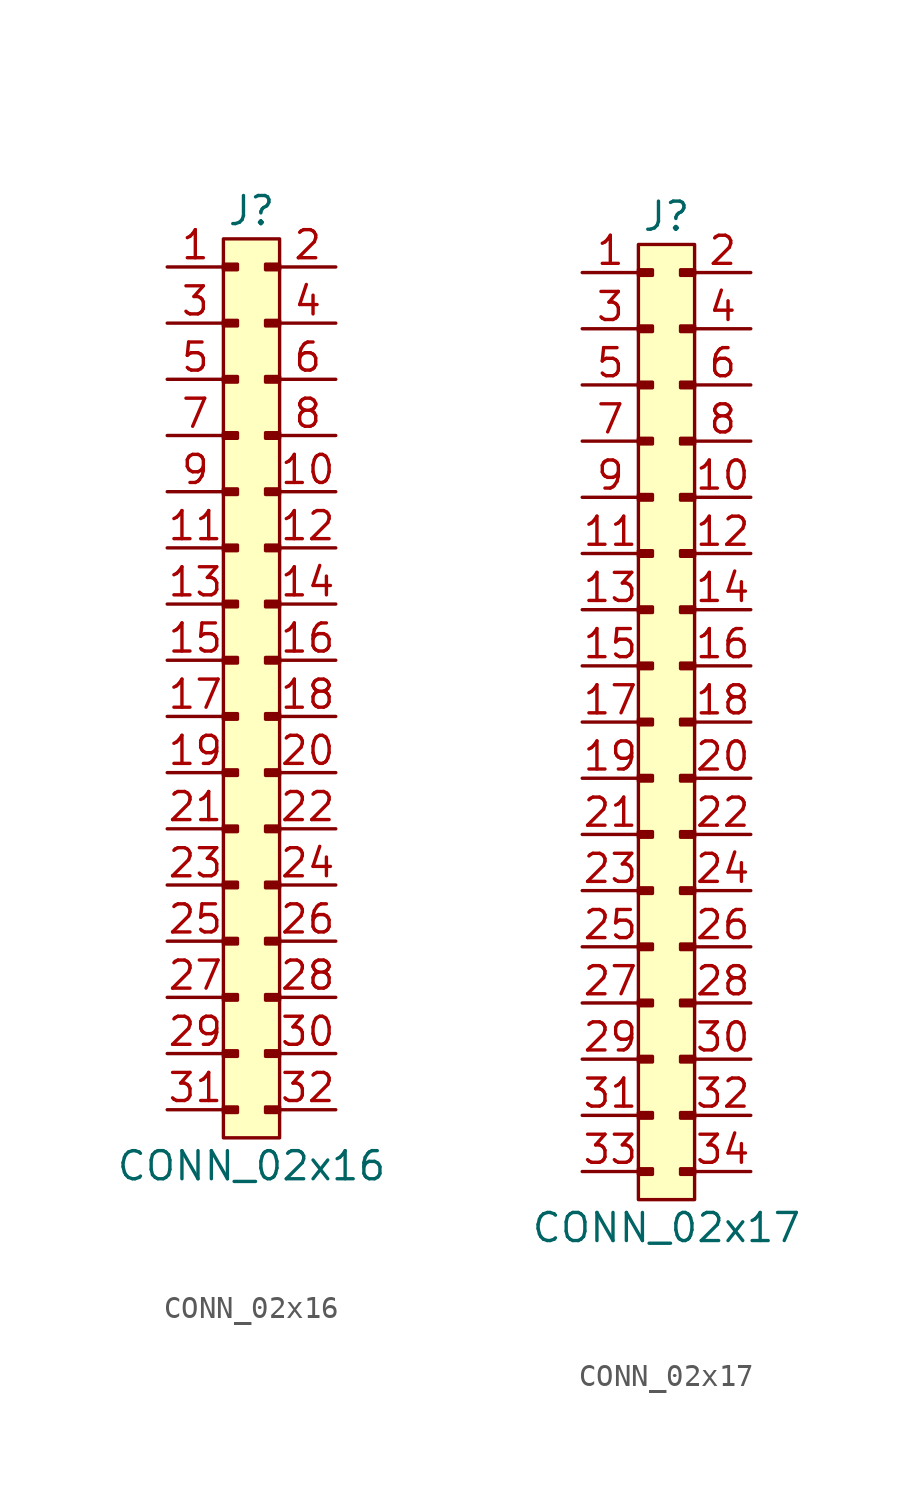
<source format=kicad_sym>
(kicad_symbol_lib
  (version 20211014)
  (generator agg_kicad.build_lib_connector)
  (symbol "CONN_02x16"
    (pin_names hide)
    (property Reference J
      (at -1.27 2.54 0)
      (effects (font (size 1.27 1.27))))
    (property Value "CONN_02x16"
      (at -1.27 -40.64 0)
      (effects (font (size 1.27 1.27))))
    (rectangle
      (start 0 -39.37)
      (end -2.54 1.27)
      (stroke (width 0) (type default) (color 0 0 0 0))
      (fill (type background)))
    (rectangle
      (start 0 0.127)
      (end -0.635 -0.127)
      (stroke (width 0) (type default) (color 0 0 0 0))
      (fill (type outline)))
    (rectangle
      (start -2.54 0.127)
      (end -1.905 -0.127)
      (stroke (width 0) (type default) (color 0 0 0 0))
      (fill (type outline)))
    (rectangle
      (start 0 -2.413)
      (end -0.635 -2.667)
      (stroke (width 0) (type default) (color 0 0 0 0))
      (fill (type outline)))
    (rectangle
      (start -2.54 -2.413)
      (end -1.905 -2.667)
      (stroke (width 0) (type default) (color 0 0 0 0))
      (fill (type outline)))
    (rectangle
      (start 0 -4.953)
      (end -0.635 -5.207)
      (stroke (width 0) (type default) (color 0 0 0 0))
      (fill (type outline)))
    (rectangle
      (start -2.54 -4.953)
      (end -1.905 -5.207)
      (stroke (width 0) (type default) (color 0 0 0 0))
      (fill (type outline)))
    (rectangle
      (start 0 -7.493)
      (end -0.635 -7.747)
      (stroke (width 0) (type default) (color 0 0 0 0))
      (fill (type outline)))
    (rectangle
      (start -2.54 -7.493)
      (end -1.905 -7.747)
      (stroke (width 0) (type default) (color 0 0 0 0))
      (fill (type outline)))
    (rectangle
      (start 0 -10.033)
      (end -0.635 -10.287)
      (stroke (width 0) (type default) (color 0 0 0 0))
      (fill (type outline)))
    (rectangle
      (start -2.54 -10.033)
      (end -1.905 -10.287)
      (stroke (width 0) (type default) (color 0 0 0 0))
      (fill (type outline)))
    (rectangle
      (start 0 -12.573)
      (end -0.635 -12.827)
      (stroke (width 0) (type default) (color 0 0 0 0))
      (fill (type outline)))
    (rectangle
      (start -2.54 -12.573)
      (end -1.905 -12.827)
      (stroke (width 0) (type default) (color 0 0 0 0))
      (fill (type outline)))
    (rectangle
      (start 0 -15.113)
      (end -0.635 -15.367)
      (stroke (width 0) (type default) (color 0 0 0 0))
      (fill (type outline)))
    (rectangle
      (start -2.54 -15.113)
      (end -1.905 -15.367)
      (stroke (width 0) (type default) (color 0 0 0 0))
      (fill (type outline)))
    (rectangle
      (start 0 -17.653)
      (end -0.635 -17.907)
      (stroke (width 0) (type default) (color 0 0 0 0))
      (fill (type outline)))
    (rectangle
      (start -2.54 -17.653)
      (end -1.905 -17.907)
      (stroke (width 0) (type default) (color 0 0 0 0))
      (fill (type outline)))
    (rectangle
      (start 0 -20.193)
      (end -0.635 -20.447)
      (stroke (width 0) (type default) (color 0 0 0 0))
      (fill (type outline)))
    (rectangle
      (start -2.54 -20.193)
      (end -1.905 -20.447)
      (stroke (width 0) (type default) (color 0 0 0 0))
      (fill (type outline)))
    (rectangle
      (start 0 -22.733)
      (end -0.635 -22.987)
      (stroke (width 0) (type default) (color 0 0 0 0))
      (fill (type outline)))
    (rectangle
      (start -2.54 -22.733)
      (end -1.905 -22.987)
      (stroke (width 0) (type default) (color 0 0 0 0))
      (fill (type outline)))
    (rectangle
      (start 0 -25.273)
      (end -0.635 -25.527)
      (stroke (width 0) (type default) (color 0 0 0 0))
      (fill (type outline)))
    (rectangle
      (start -2.54 -25.273)
      (end -1.905 -25.527)
      (stroke (width 0) (type default) (color 0 0 0 0))
      (fill (type outline)))
    (rectangle
      (start 0 -27.813)
      (end -0.635 -28.067)
      (stroke (width 0) (type default) (color 0 0 0 0))
      (fill (type outline)))
    (rectangle
      (start -2.54 -27.813)
      (end -1.905 -28.067)
      (stroke (width 0) (type default) (color 0 0 0 0))
      (fill (type outline)))
    (rectangle
      (start 0 -30.353)
      (end -0.635 -30.607)
      (stroke (width 0) (type default) (color 0 0 0 0))
      (fill (type outline)))
    (rectangle
      (start -2.54 -30.353)
      (end -1.905 -30.607)
      (stroke (width 0) (type default) (color 0 0 0 0))
      (fill (type outline)))
    (rectangle
      (start 0 -32.893)
      (end -0.635 -33.147)
      (stroke (width 0) (type default) (color 0 0 0 0))
      (fill (type outline)))
    (rectangle
      (start -2.54 -32.893)
      (end -1.905 -33.147)
      (stroke (width 0) (type default) (color 0 0 0 0))
      (fill (type outline)))
    (rectangle
      (start 0 -35.433)
      (end -0.635 -35.687)
      (stroke (width 0) (type default) (color 0 0 0 0))
      (fill (type outline)))
    (rectangle
      (start -2.54 -35.433)
      (end -1.905 -35.687)
      (stroke (width 0) (type default) (color 0 0 0 0))
      (fill (type outline)))
    (rectangle
      (start 0 -37.973)
      (end -0.635 -38.227)
      (stroke (width 0) (type default) (color 0 0 0 0))
      (fill (type outline)))
    (rectangle
      (start -2.54 -37.973)
      (end -1.905 -38.227)
      (stroke (width 0) (type default) (color 0 0 0 0))
      (fill (type outline)))
    (pin passive line
      (at 2.54 0 180)
      (length 2.54)
      (name "2" (effects (font (size 1.27 1.27))))
      (number "2" (effects (font (size 1.27 1.27)))))
    (pin passive line
      (at -5.08 0 0)
      (length 2.54)
      (name "1" (effects (font (size 1.27 1.27))))
      (number "1" (effects (font (size 1.27 1.27)))))
    (pin passive line
      (at 2.54 -2.54 180)
      (length 2.54)
      (name "4" (effects (font (size 1.27 1.27))))
      (number "4" (effects (font (size 1.27 1.27)))))
    (pin passive line
      (at -5.08 -2.54 0)
      (length 2.54)
      (name "3" (effects (font (size 1.27 1.27))))
      (number "3" (effects (font (size 1.27 1.27)))))
    (pin passive line
      (at 2.54 -5.08 180)
      (length 2.54)
      (name "6" (effects (font (size 1.27 1.27))))
      (number "6" (effects (font (size 1.27 1.27)))))
    (pin passive line
      (at -5.08 -5.08 0)
      (length 2.54)
      (name "5" (effects (font (size 1.27 1.27))))
      (number "5" (effects (font (size 1.27 1.27)))))
    (pin passive line
      (at 2.54 -7.62 180)
      (length 2.54)
      (name "8" (effects (font (size 1.27 1.27))))
      (number "8" (effects (font (size 1.27 1.27)))))
    (pin passive line
      (at -5.08 -7.62 0)
      (length 2.54)
      (name "7" (effects (font (size 1.27 1.27))))
      (number "7" (effects (font (size 1.27 1.27)))))
    (pin passive line
      (at 2.54 -10.16 180)
      (length 2.54)
      (name "10" (effects (font (size 1.27 1.27))))
      (number "10" (effects (font (size 1.27 1.27)))))
    (pin passive line
      (at -5.08 -10.16 0)
      (length 2.54)
      (name "9" (effects (font (size 1.27 1.27))))
      (number "9" (effects (font (size 1.27 1.27)))))
    (pin passive line
      (at 2.54 -12.7 180)
      (length 2.54)
      (name "12" (effects (font (size 1.27 1.27))))
      (number "12" (effects (font (size 1.27 1.27)))))
    (pin passive line
      (at -5.08 -12.7 0)
      (length 2.54)
      (name "11" (effects (font (size 1.27 1.27))))
      (number "11" (effects (font (size 1.27 1.27)))))
    (pin passive line
      (at 2.54 -15.24 180)
      (length 2.54)
      (name "14" (effects (font (size 1.27 1.27))))
      (number "14" (effects (font (size 1.27 1.27)))))
    (pin passive line
      (at -5.08 -15.24 0)
      (length 2.54)
      (name "13" (effects (font (size 1.27 1.27))))
      (number "13" (effects (font (size 1.27 1.27)))))
    (pin passive line
      (at 2.54 -17.78 180)
      (length 2.54)
      (name "16" (effects (font (size 1.27 1.27))))
      (number "16" (effects (font (size 1.27 1.27)))))
    (pin passive line
      (at -5.08 -17.78 0)
      (length 2.54)
      (name "15" (effects (font (size 1.27 1.27))))
      (number "15" (effects (font (size 1.27 1.27)))))
    (pin passive line
      (at 2.54 -20.32 180)
      (length 2.54)
      (name "18" (effects (font (size 1.27 1.27))))
      (number "18" (effects (font (size 1.27 1.27)))))
    (pin passive line
      (at -5.08 -20.32 0)
      (length 2.54)
      (name "17" (effects (font (size 1.27 1.27))))
      (number "17" (effects (font (size 1.27 1.27)))))
    (pin passive line
      (at 2.54 -22.86 180)
      (length 2.54)
      (name "20" (effects (font (size 1.27 1.27))))
      (number "20" (effects (font (size 1.27 1.27)))))
    (pin passive line
      (at -5.08 -22.86 0)
      (length 2.54)
      (name "19" (effects (font (size 1.27 1.27))))
      (number "19" (effects (font (size 1.27 1.27)))))
    (pin passive line
      (at 2.54 -25.4 180)
      (length 2.54)
      (name "22" (effects (font (size 1.27 1.27))))
      (number "22" (effects (font (size 1.27 1.27)))))
    (pin passive line
      (at -5.08 -25.4 0)
      (length 2.54)
      (name "21" (effects (font (size 1.27 1.27))))
      (number "21" (effects (font (size 1.27 1.27)))))
    (pin passive line
      (at 2.54 -27.94 180)
      (length 2.54)
      (name "24" (effects (font (size 1.27 1.27))))
      (number "24" (effects (font (size 1.27 1.27)))))
    (pin passive line
      (at -5.08 -27.94 0)
      (length 2.54)
      (name "23" (effects (font (size 1.27 1.27))))
      (number "23" (effects (font (size 1.27 1.27)))))
    (pin passive line
      (at 2.54 -30.48 180)
      (length 2.54)
      (name "26" (effects (font (size 1.27 1.27))))
      (number "26" (effects (font (size 1.27 1.27)))))
    (pin passive line
      (at -5.08 -30.48 0)
      (length 2.54)
      (name "25" (effects (font (size 1.27 1.27))))
      (number "25" (effects (font (size 1.27 1.27)))))
    (pin passive line
      (at 2.54 -33.02 180)
      (length 2.54)
      (name "28" (effects (font (size 1.27 1.27))))
      (number "28" (effects (font (size 1.27 1.27)))))
    (pin passive line
      (at -5.08 -33.02 0)
      (length 2.54)
      (name "27" (effects (font (size 1.27 1.27))))
      (number "27" (effects (font (size 1.27 1.27)))))
    (pin passive line
      (at 2.54 -35.56 180)
      (length 2.54)
      (name "30" (effects (font (size 1.27 1.27))))
      (number "30" (effects (font (size 1.27 1.27)))))
    (pin passive line
      (at -5.08 -35.56 0)
      (length 2.54)
      (name "29" (effects (font (size 1.27 1.27))))
      (number "29" (effects (font (size 1.27 1.27)))))
    (pin passive line
      (at 2.54 -38.1 180)
      (length 2.54)
      (name "32" (effects (font (size 1.27 1.27))))
      (number "32" (effects (font (size 1.27 1.27)))))
    (pin passive line
      (at -5.08 -38.1 0)
      (length 2.54)
      (name "31" (effects (font (size 1.27 1.27))))
      (number "31" (effects (font (size 1.27 1.27))))))
  (symbol "CONN_02x17"
    (pin_names hide)
    (property Reference J
      (at -1.27 2.54 0)
      (effects (font (size 1.27 1.27))))
    (property Value "CONN_02x17"
      (at -1.27 -43.18 0)
      (effects (font (size 1.27 1.27))))
    (rectangle
      (start 0 -41.91)
      (end -2.54 1.27)
      (stroke (width 0) (type default) (color 0 0 0 0))
      (fill (type background)))
    (rectangle
      (start 0 0.127)
      (end -0.635 -0.127)
      (stroke (width 0) (type default) (color 0 0 0 0))
      (fill (type outline)))
    (rectangle
      (start -2.54 0.127)
      (end -1.905 -0.127)
      (stroke (width 0) (type default) (color 0 0 0 0))
      (fill (type outline)))
    (rectangle
      (start 0 -2.413)
      (end -0.635 -2.667)
      (stroke (width 0) (type default) (color 0 0 0 0))
      (fill (type outline)))
    (rectangle
      (start -2.54 -2.413)
      (end -1.905 -2.667)
      (stroke (width 0) (type default) (color 0 0 0 0))
      (fill (type outline)))
    (rectangle
      (start 0 -4.953)
      (end -0.635 -5.207)
      (stroke (width 0) (type default) (color 0 0 0 0))
      (fill (type outline)))
    (rectangle
      (start -2.54 -4.953)
      (end -1.905 -5.207)
      (stroke (width 0) (type default) (color 0 0 0 0))
      (fill (type outline)))
    (rectangle
      (start 0 -7.493)
      (end -0.635 -7.747)
      (stroke (width 0) (type default) (color 0 0 0 0))
      (fill (type outline)))
    (rectangle
      (start -2.54 -7.493)
      (end -1.905 -7.747)
      (stroke (width 0) (type default) (color 0 0 0 0))
      (fill (type outline)))
    (rectangle
      (start 0 -10.033)
      (end -0.635 -10.287)
      (stroke (width 0) (type default) (color 0 0 0 0))
      (fill (type outline)))
    (rectangle
      (start -2.54 -10.033)
      (end -1.905 -10.287)
      (stroke (width 0) (type default) (color 0 0 0 0))
      (fill (type outline)))
    (rectangle
      (start 0 -12.573)
      (end -0.635 -12.827)
      (stroke (width 0) (type default) (color 0 0 0 0))
      (fill (type outline)))
    (rectangle
      (start -2.54 -12.573)
      (end -1.905 -12.827)
      (stroke (width 0) (type default) (color 0 0 0 0))
      (fill (type outline)))
    (rectangle
      (start 0 -15.113)
      (end -0.635 -15.367)
      (stroke (width 0) (type default) (color 0 0 0 0))
      (fill (type outline)))
    (rectangle
      (start -2.54 -15.113)
      (end -1.905 -15.367)
      (stroke (width 0) (type default) (color 0 0 0 0))
      (fill (type outline)))
    (rectangle
      (start 0 -17.653)
      (end -0.635 -17.907)
      (stroke (width 0) (type default) (color 0 0 0 0))
      (fill (type outline)))
    (rectangle
      (start -2.54 -17.653)
      (end -1.905 -17.907)
      (stroke (width 0) (type default) (color 0 0 0 0))
      (fill (type outline)))
    (rectangle
      (start 0 -20.193)
      (end -0.635 -20.447)
      (stroke (width 0) (type default) (color 0 0 0 0))
      (fill (type outline)))
    (rectangle
      (start -2.54 -20.193)
      (end -1.905 -20.447)
      (stroke (width 0) (type default) (color 0 0 0 0))
      (fill (type outline)))
    (rectangle
      (start 0 -22.733)
      (end -0.635 -22.987)
      (stroke (width 0) (type default) (color 0 0 0 0))
      (fill (type outline)))
    (rectangle
      (start -2.54 -22.733)
      (end -1.905 -22.987)
      (stroke (width 0) (type default) (color 0 0 0 0))
      (fill (type outline)))
    (rectangle
      (start 0 -25.273)
      (end -0.635 -25.527)
      (stroke (width 0) (type default) (color 0 0 0 0))
      (fill (type outline)))
    (rectangle
      (start -2.54 -25.273)
      (end -1.905 -25.527)
      (stroke (width 0) (type default) (color 0 0 0 0))
      (fill (type outline)))
    (rectangle
      (start 0 -27.813)
      (end -0.635 -28.067)
      (stroke (width 0) (type default) (color 0 0 0 0))
      (fill (type outline)))
    (rectangle
      (start -2.54 -27.813)
      (end -1.905 -28.067)
      (stroke (width 0) (type default) (color 0 0 0 0))
      (fill (type outline)))
    (rectangle
      (start 0 -30.353)
      (end -0.635 -30.607)
      (stroke (width 0) (type default) (color 0 0 0 0))
      (fill (type outline)))
    (rectangle
      (start -2.54 -30.353)
      (end -1.905 -30.607)
      (stroke (width 0) (type default) (color 0 0 0 0))
      (fill (type outline)))
    (rectangle
      (start 0 -32.893)
      (end -0.635 -33.147)
      (stroke (width 0) (type default) (color 0 0 0 0))
      (fill (type outline)))
    (rectangle
      (start -2.54 -32.893)
      (end -1.905 -33.147)
      (stroke (width 0) (type default) (color 0 0 0 0))
      (fill (type outline)))
    (rectangle
      (start 0 -35.433)
      (end -0.635 -35.687)
      (stroke (width 0) (type default) (color 0 0 0 0))
      (fill (type outline)))
    (rectangle
      (start -2.54 -35.433)
      (end -1.905 -35.687)
      (stroke (width 0) (type default) (color 0 0 0 0))
      (fill (type outline)))
    (rectangle
      (start 0 -37.973)
      (end -0.635 -38.227)
      (stroke (width 0) (type default) (color 0 0 0 0))
      (fill (type outline)))
    (rectangle
      (start -2.54 -37.973)
      (end -1.905 -38.227)
      (stroke (width 0) (type default) (color 0 0 0 0))
      (fill (type outline)))
    (rectangle
      (start 0 -40.513)
      (end -0.635 -40.767)
      (stroke (width 0) (type default) (color 0 0 0 0))
      (fill (type outline)))
    (rectangle
      (start -2.54 -40.513)
      (end -1.905 -40.767)
      (stroke (width 0) (type default) (color 0 0 0 0))
      (fill (type outline)))
    (pin passive line
      (at 2.54 0 180)
      (length 2.54)
      (name "2" (effects (font (size 1.27 1.27))))
      (number "2" (effects (font (size 1.27 1.27)))))
    (pin passive line
      (at -5.08 0 0)
      (length 2.54)
      (name "1" (effects (font (size 1.27 1.27))))
      (number "1" (effects (font (size 1.27 1.27)))))
    (pin passive line
      (at 2.54 -2.54 180)
      (length 2.54)
      (name "4" (effects (font (size 1.27 1.27))))
      (number "4" (effects (font (size 1.27 1.27)))))
    (pin passive line
      (at -5.08 -2.54 0)
      (length 2.54)
      (name "3" (effects (font (size 1.27 1.27))))
      (number "3" (effects (font (size 1.27 1.27)))))
    (pin passive line
      (at 2.54 -5.08 180)
      (length 2.54)
      (name "6" (effects (font (size 1.27 1.27))))
      (number "6" (effects (font (size 1.27 1.27)))))
    (pin passive line
      (at -5.08 -5.08 0)
      (length 2.54)
      (name "5" (effects (font (size 1.27 1.27))))
      (number "5" (effects (font (size 1.27 1.27)))))
    (pin passive line
      (at 2.54 -7.62 180)
      (length 2.54)
      (name "8" (effects (font (size 1.27 1.27))))
      (number "8" (effects (font (size 1.27 1.27)))))
    (pin passive line
      (at -5.08 -7.62 0)
      (length 2.54)
      (name "7" (effects (font (size 1.27 1.27))))
      (number "7" (effects (font (size 1.27 1.27)))))
    (pin passive line
      (at 2.54 -10.16 180)
      (length 2.54)
      (name "10" (effects (font (size 1.27 1.27))))
      (number "10" (effects (font (size 1.27 1.27)))))
    (pin passive line
      (at -5.08 -10.16 0)
      (length 2.54)
      (name "9" (effects (font (size 1.27 1.27))))
      (number "9" (effects (font (size 1.27 1.27)))))
    (pin passive line
      (at 2.54 -12.7 180)
      (length 2.54)
      (name "12" (effects (font (size 1.27 1.27))))
      (number "12" (effects (font (size 1.27 1.27)))))
    (pin passive line
      (at -5.08 -12.7 0)
      (length 2.54)
      (name "11" (effects (font (size 1.27 1.27))))
      (number "11" (effects (font (size 1.27 1.27)))))
    (pin passive line
      (at 2.54 -15.24 180)
      (length 2.54)
      (name "14" (effects (font (size 1.27 1.27))))
      (number "14" (effects (font (size 1.27 1.27)))))
    (pin passive line
      (at -5.08 -15.24 0)
      (length 2.54)
      (name "13" (effects (font (size 1.27 1.27))))
      (number "13" (effects (font (size 1.27 1.27)))))
    (pin passive line
      (at 2.54 -17.78 180)
      (length 2.54)
      (name "16" (effects (font (size 1.27 1.27))))
      (number "16" (effects (font (size 1.27 1.27)))))
    (pin passive line
      (at -5.08 -17.78 0)
      (length 2.54)
      (name "15" (effects (font (size 1.27 1.27))))
      (number "15" (effects (font (size 1.27 1.27)))))
    (pin passive line
      (at 2.54 -20.32 180)
      (length 2.54)
      (name "18" (effects (font (size 1.27 1.27))))
      (number "18" (effects (font (size 1.27 1.27)))))
    (pin passive line
      (at -5.08 -20.32 0)
      (length 2.54)
      (name "17" (effects (font (size 1.27 1.27))))
      (number "17" (effects (font (size 1.27 1.27)))))
    (pin passive line
      (at 2.54 -22.86 180)
      (length 2.54)
      (name "20" (effects (font (size 1.27 1.27))))
      (number "20" (effects (font (size 1.27 1.27)))))
    (pin passive line
      (at -5.08 -22.86 0)
      (length 2.54)
      (name "19" (effects (font (size 1.27 1.27))))
      (number "19" (effects (font (size 1.27 1.27)))))
    (pin passive line
      (at 2.54 -25.4 180)
      (length 2.54)
      (name "22" (effects (font (size 1.27 1.27))))
      (number "22" (effects (font (size 1.27 1.27)))))
    (pin passive line
      (at -5.08 -25.4 0)
      (length 2.54)
      (name "21" (effects (font (size 1.27 1.27))))
      (number "21" (effects (font (size 1.27 1.27)))))
    (pin passive line
      (at 2.54 -27.94 180)
      (length 2.54)
      (name "24" (effects (font (size 1.27 1.27))))
      (number "24" (effects (font (size 1.27 1.27)))))
    (pin passive line
      (at -5.08 -27.94 0)
      (length 2.54)
      (name "23" (effects (font (size 1.27 1.27))))
      (number "23" (effects (font (size 1.27 1.27)))))
    (pin passive line
      (at 2.54 -30.48 180)
      (length 2.54)
      (name "26" (effects (font (size 1.27 1.27))))
      (number "26" (effects (font (size 1.27 1.27)))))
    (pin passive line
      (at -5.08 -30.48 0)
      (length 2.54)
      (name "25" (effects (font (size 1.27 1.27))))
      (number "25" (effects (font (size 1.27 1.27)))))
    (pin passive line
      (at 2.54 -33.02 180)
      (length 2.54)
      (name "28" (effects (font (size 1.27 1.27))))
      (number "28" (effects (font (size 1.27 1.27)))))
    (pin passive line
      (at -5.08 -33.02 0)
      (length 2.54)
      (name "27" (effects (font (size 1.27 1.27))))
      (number "27" (effects (font (size 1.27 1.27)))))
    (pin passive line
      (at 2.54 -35.56 180)
      (length 2.54)
      (name "30" (effects (font (size 1.27 1.27))))
      (number "30" (effects (font (size 1.27 1.27)))))
    (pin passive line
      (at -5.08 -35.56 0)
      (length 2.54)
      (name "29" (effects (font (size 1.27 1.27))))
      (number "29" (effects (font (size 1.27 1.27)))))
    (pin passive line
      (at 2.54 -38.1 180)
      (length 2.54)
      (name "32" (effects (font (size 1.27 1.27))))
      (number "32" (effects (font (size 1.27 1.27)))))
    (pin passive line
      (at -5.08 -38.1 0)
      (length 2.54)
      (name "31" (effects (font (size 1.27 1.27))))
      (number "31" (effects (font (size 1.27 1.27)))))
    (pin passive line
      (at 2.54 -40.64 180)
      (length 2.54)
      (name "34" (effects (font (size 1.27 1.27))))
      (number "34" (effects (font (size 1.27 1.27)))))
    (pin passive line
      (at -5.08 -40.64 0)
      (length 2.54)
      (name "33" (effects (font (size 1.27 1.27))))
      (number "33" (effects (font (size 1.27 1.27)))))))
</source>
